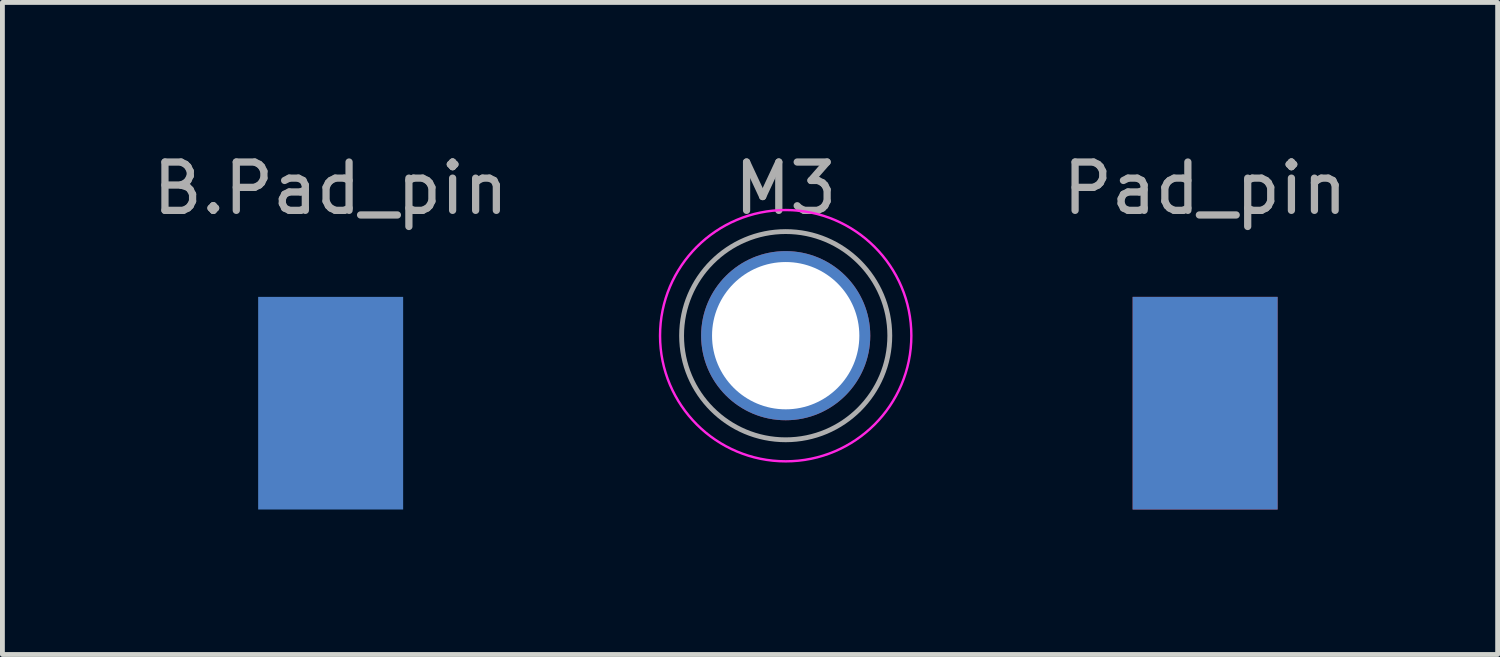
<source format=kicad_pcb>
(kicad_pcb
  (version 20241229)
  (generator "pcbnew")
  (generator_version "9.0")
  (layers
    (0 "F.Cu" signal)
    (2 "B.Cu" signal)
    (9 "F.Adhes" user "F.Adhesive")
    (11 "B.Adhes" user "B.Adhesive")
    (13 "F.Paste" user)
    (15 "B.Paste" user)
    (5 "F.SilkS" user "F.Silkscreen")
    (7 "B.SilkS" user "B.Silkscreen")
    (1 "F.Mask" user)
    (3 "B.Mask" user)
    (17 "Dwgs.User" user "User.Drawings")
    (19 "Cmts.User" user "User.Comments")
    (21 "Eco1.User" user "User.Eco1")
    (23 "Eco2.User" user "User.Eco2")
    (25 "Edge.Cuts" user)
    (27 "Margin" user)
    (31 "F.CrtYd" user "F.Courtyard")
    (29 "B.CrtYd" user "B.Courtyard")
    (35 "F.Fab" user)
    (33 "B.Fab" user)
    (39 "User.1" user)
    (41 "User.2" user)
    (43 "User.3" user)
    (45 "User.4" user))
  (footprint "M3"
    (layer "F.Cu")
    (at 13.208 3.896)
    (property "Reference" "M3" (at 0 -3.048 0) (layer "F.Fab") (effects (font (size 1 1) (thickness 0.15))))
    (attr through_hole)
    (fp_circle (center 0 0) (end 2.6 0) (stroke (width 0.05) (type solid)) (fill no) (layer "F.CrtYd"))
    (fp_circle (center 0 0) (end 2 0.8) (stroke (width 0.1) (type solid)) (fill no) (layer "F.Fab"))
    (pad "" np_thru_hole circle (at 0 0) (size 3.5 3.5) (drill 3.048) (layers "*.Cu" "*.Mask")))
  (footprint "B.Pad_pin"
    (layer "F.Cu")
    (at 3.792 5.293)
    (property "Reference" "B.Pad_pin" (at 0 -4.445 0) (layer "F.Fab") (effects (font (size 1 1) (thickness 0.15))))
    (attr through_hole)
    (pad "1" smd rect (at 0 0) (size 3 4.4) (layers "B.Cu" "B.Mask" "B.Paste")))
  (footprint "Pad_pin"
    (layer "F.Cu")
    (at 21.887 5.293)
    (property "Reference" "Pad_pin" (at 0 -4.445 0) (layer "F.Fab") (effects (font (size 1 1) (thickness 0.15))))
    (attr through_hole)
    (pad "1" smd rect (at 0 0) (size 3 4.4) (layers "F.Cu" "F.Mask" "F.Paste"))
    (pad "1" smd rect (at 0 0) (size 3 4.4) (layers "B.Cu" "B.Mask" "B.Paste")))
  (gr_rect
    (start -3 -3)
    (end 27.94 10.493)
    (stroke (width 0.1) (type default))
    (fill no)
    (layer "Edge.Cuts")))
</source>
